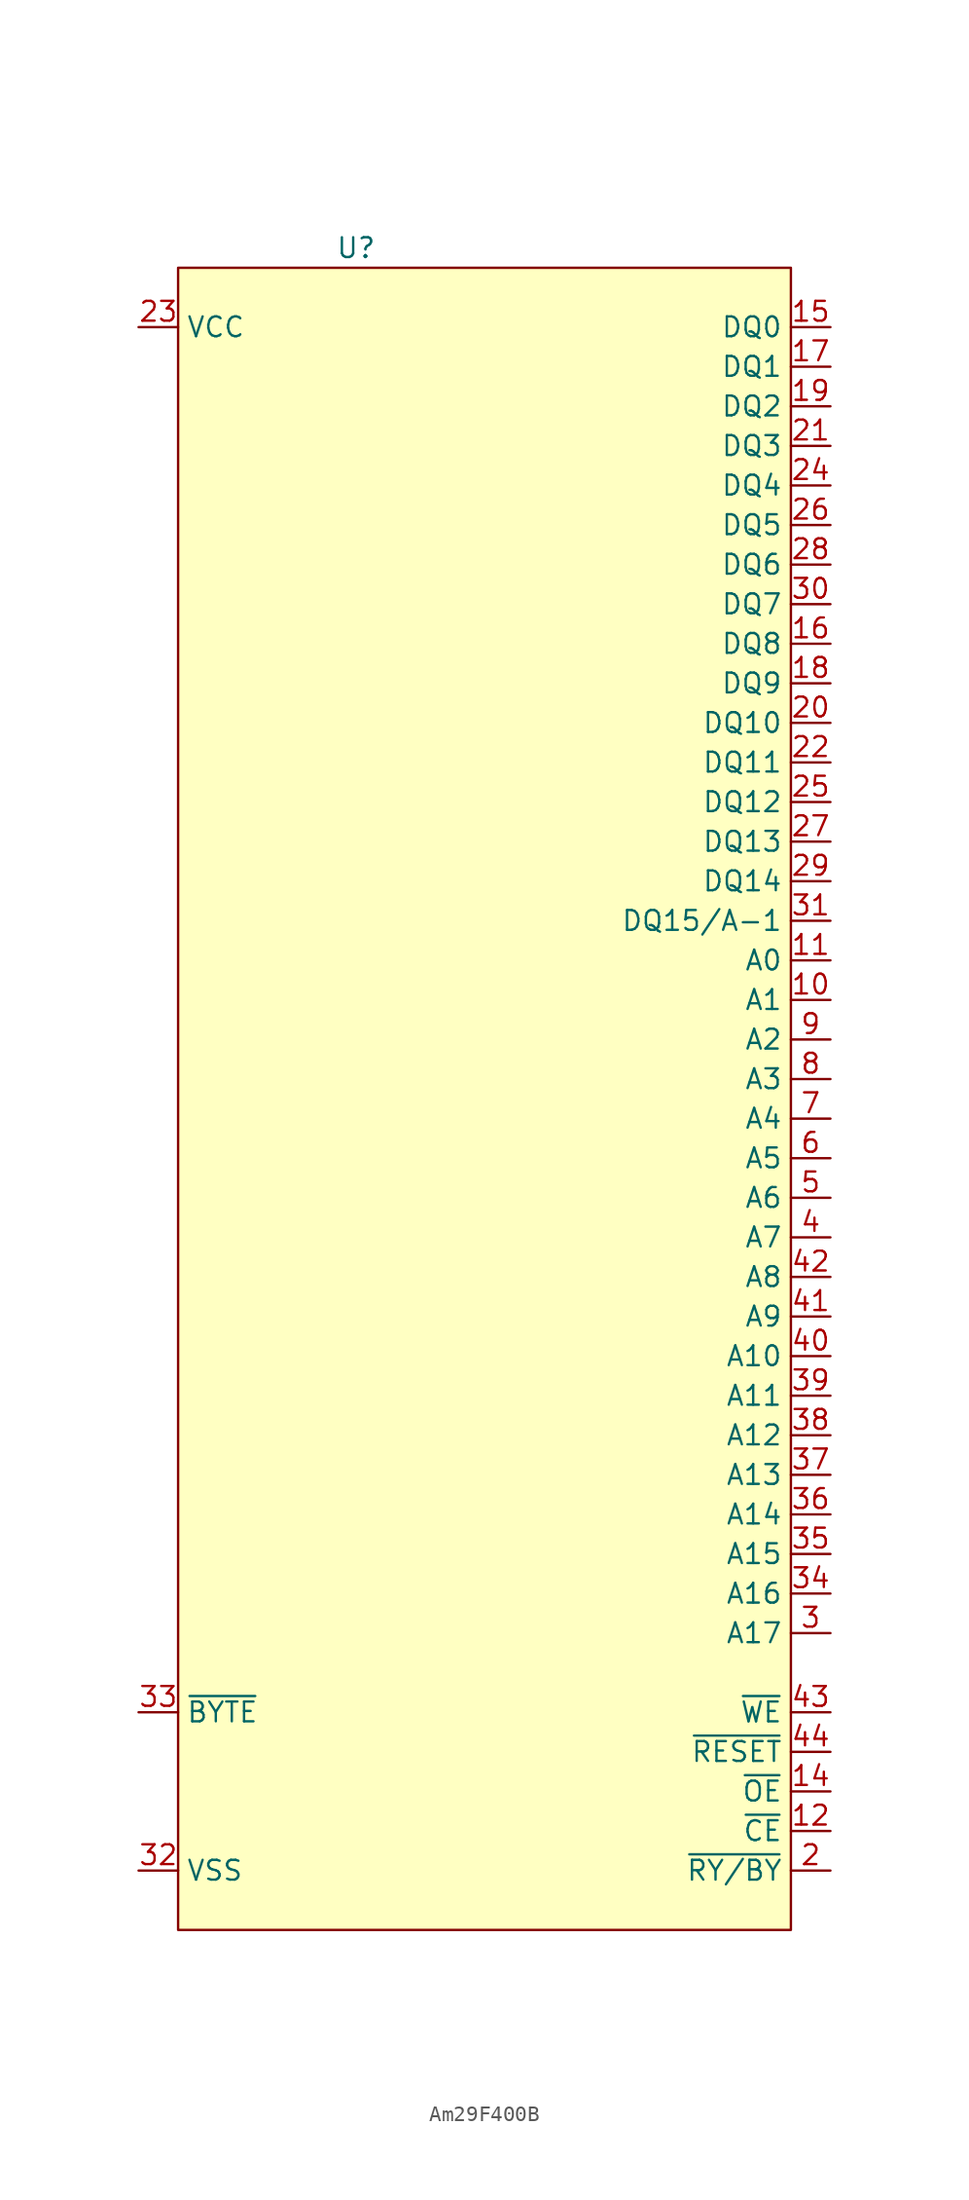
<source format=kicad_sym>
(kicad_symbol_lib
  (version 20231120)
  (generator "kicad_symbol_editor")
  (generator_version "8.0")
  (symbol "Am29F400B"
    (property "Reference" "U"
      (at 0 0 0)
      (effects (font (size 1.27 1.27))))
    (property "Value" ""
      (at 0 0 0)
      (effects (font (size 1.27 1.27))))
    (symbol "Am29F400B_1_1"
      (rectangle (start -11.43 -1.27) (end 27.94 -107.95) (stroke (width 0) (type default)) (fill (type background)))
      (pin input line (at 30.48 -48.26 180) (length 2.54) (name "A1" (effects (font (size 1.27 1.27)))) (number "10" (effects (font (size 1.27 1.27)))))
      (pin input line (at 30.48 -45.72 180) (length 2.54) (name "A0" (effects (font (size 1.27 1.27)))) (number "11" (effects (font (size 1.27 1.27)))))
      (pin input line (at 30.48 -101.6 180) (length 2.54) (name "~{CE}" (effects (font (size 1.27 1.27)))) (number "12" (effects (font (size 1.27 1.27)))))
      (pin passive line (at -13.97 -104.14 0) (length 2.54) hide (name "VSS" (effects (font (size 1.27 1.27)))) (number "13" (effects (font (size 1.27 1.27)))))
      (pin input line (at 30.48 -99.06 180) (length 2.54) (name "~{OE}" (effects (font (size 1.27 1.27)))) (number "14" (effects (font (size 1.27 1.27)))))
      (pin bidirectional line (at 30.48 -5.08 180) (length 2.54) (name "DQ0" (effects (font (size 1.27 1.27)))) (number "15" (effects (font (size 1.27 1.27)))))
      (pin bidirectional line (at 30.48 -25.4 180) (length 2.54) (name "DQ8" (effects (font (size 1.27 1.27)))) (number "16" (effects (font (size 1.27 1.27)))))
      (pin bidirectional line (at 30.48 -7.62 180) (length 2.54) (name "DQ1" (effects (font (size 1.27 1.27)))) (number "17" (effects (font (size 1.27 1.27)))))
      (pin bidirectional line (at 30.48 -27.94 180) (length 2.54) (name "DQ9" (effects (font (size 1.27 1.27)))) (number "18" (effects (font (size 1.27 1.27)))))
      (pin bidirectional line (at 30.48 -10.16 180) (length 2.54) (name "DQ2" (effects (font (size 1.27 1.27)))) (number "19" (effects (font (size 1.27 1.27)))))
      (pin output line (at 30.48 -104.14 180) (length 2.54) (name "~{RY/BY}" (effects (font (size 1.27 1.27)))) (number "2" (effects (font (size 1.27 1.27)))))
      (pin bidirectional line (at 30.48 -30.48 180) (length 2.54) (name "DQ10" (effects (font (size 1.27 1.27)))) (number "20" (effects (font (size 1.27 1.27)))))
      (pin bidirectional line (at 30.48 -12.7 180) (length 2.54) (name "DQ3" (effects (font (size 1.27 1.27)))) (number "21" (effects (font (size 1.27 1.27)))))
      (pin bidirectional line (at 30.48 -33.02 180) (length 2.54) (name "DQ11" (effects (font (size 1.27 1.27)))) (number "22" (effects (font (size 1.27 1.27)))))
      (pin power_in line (at -13.97 -5.08 0) (length 2.54) (name "VCC" (effects (font (size 1.27 1.27)))) (number "23" (effects (font (size 1.27 1.27)))))
      (pin bidirectional line (at 30.48 -15.24 180) (length 2.54) (name "DQ4" (effects (font (size 1.27 1.27)))) (number "24" (effects (font (size 1.27 1.27)))))
      (pin bidirectional line (at 30.48 -35.56 180) (length 2.54) (name "DQ12" (effects (font (size 1.27 1.27)))) (number "25" (effects (font (size 1.27 1.27)))))
      (pin bidirectional line (at 30.48 -17.78 180) (length 2.54) (name "DQ5" (effects (font (size 1.27 1.27)))) (number "26" (effects (font (size 1.27 1.27)))))
      (pin bidirectional line (at 30.48 -38.1 180) (length 2.54) (name "DQ13" (effects (font (size 1.27 1.27)))) (number "27" (effects (font (size 1.27 1.27)))))
      (pin bidirectional line (at 30.48 -20.32 180) (length 2.54) (name "DQ6" (effects (font (size 1.27 1.27)))) (number "28" (effects (font (size 1.27 1.27)))))
      (pin bidirectional line (at 30.48 -40.64 180) (length 2.54) (name "DQ14" (effects (font (size 1.27 1.27)))) (number "29" (effects (font (size 1.27 1.27)))))
      (pin input line (at 30.48 -88.9 180) (length 2.54) (name "A17" (effects (font (size 1.27 1.27)))) (number "3" (effects (font (size 1.27 1.27)))))
      (pin bidirectional line (at 30.48 -22.86 180) (length 2.54) (name "DQ7" (effects (font (size 1.27 1.27)))) (number "30" (effects (font (size 1.27 1.27)))))
      (pin bidirectional line (at 30.48 -43.18 180) (length 2.54) (name "DQ15/A-1" (effects (font (size 1.27 1.27)))) (number "31" (effects (font (size 1.27 1.27)))))
      (pin power_in line (at -13.97 -104.14 0) (length 2.54) (name "VSS" (effects (font (size 1.27 1.27)))) (number "32" (effects (font (size 1.27 1.27)))))
      (pin input line (at -13.97 -93.98 0) (length 2.54) (name "~{BYTE}" (effects (font (size 1.27 1.27)))) (number "33" (effects (font (size 1.27 1.27)))))
      (pin input line (at 30.48 -86.36 180) (length 2.54) (name "A16" (effects (font (size 1.27 1.27)))) (number "34" (effects (font (size 1.27 1.27)))))
      (pin input line (at 30.48 -83.82 180) (length 2.54) (name "A15" (effects (font (size 1.27 1.27)))) (number "35" (effects (font (size 1.27 1.27)))))
      (pin input line (at 30.48 -81.28 180) (length 2.54) (name "A14" (effects (font (size 1.27 1.27)))) (number "36" (effects (font (size 1.27 1.27)))))
      (pin input line (at 30.48 -78.74 180) (length 2.54) (name "A13" (effects (font (size 1.27 1.27)))) (number "37" (effects (font (size 1.27 1.27)))))
      (pin input line (at 30.48 -76.2 180) (length 2.54) (name "A12" (effects (font (size 1.27 1.27)))) (number "38" (effects (font (size 1.27 1.27)))))
      (pin input line (at 30.48 -73.66 180) (length 2.54) (name "A11" (effects (font (size 1.27 1.27)))) (number "39" (effects (font (size 1.27 1.27)))))
      (pin input line (at 30.48 -63.5 180) (length 2.54) (name "A7" (effects (font (size 1.27 1.27)))) (number "4" (effects (font (size 1.27 1.27)))))
      (pin input line (at 30.48 -71.12 180) (length 2.54) (name "A10" (effects (font (size 1.27 1.27)))) (number "40" (effects (font (size 1.27 1.27)))))
      (pin input line (at 30.48 -68.58 180) (length 2.54) (name "A9" (effects (font (size 1.27 1.27)))) (number "41" (effects (font (size 1.27 1.27)))))
      (pin input line (at 30.48 -66.04 180) (length 2.54) (name "A8" (effects (font (size 1.27 1.27)))) (number "42" (effects (font (size 1.27 1.27)))))
      (pin input line (at 30.48 -93.98 180) (length 2.54) (name "~{WE}" (effects (font (size 1.27 1.27)))) (number "43" (effects (font (size 1.27 1.27)))))
      (pin input line (at 30.48 -96.52 180) (length 2.54) (name "~{RESET}" (effects (font (size 1.27 1.27)))) (number "44" (effects (font (size 1.27 1.27)))))
      (pin input line (at 30.48 -60.96 180) (length 2.54) (name "A6" (effects (font (size 1.27 1.27)))) (number "5" (effects (font (size 1.27 1.27)))))
      (pin input line (at 30.48 -58.42 180) (length 2.54) (name "A5" (effects (font (size 1.27 1.27)))) (number "6" (effects (font (size 1.27 1.27)))))
      (pin input line (at 30.48 -55.88 180) (length 2.54) (name "A4" (effects (font (size 1.27 1.27)))) (number "7" (effects (font (size 1.27 1.27)))))
      (pin input line (at 30.48 -53.34 180) (length 2.54) (name "A3" (effects (font (size 1.27 1.27)))) (number "8" (effects (font (size 1.27 1.27)))))
      (pin input line (at 30.48 -50.8 180) (length 2.54) (name "A2" (effects (font (size 1.27 1.27)))) (number "9" (effects (font (size 1.27 1.27))))))))
</source>
